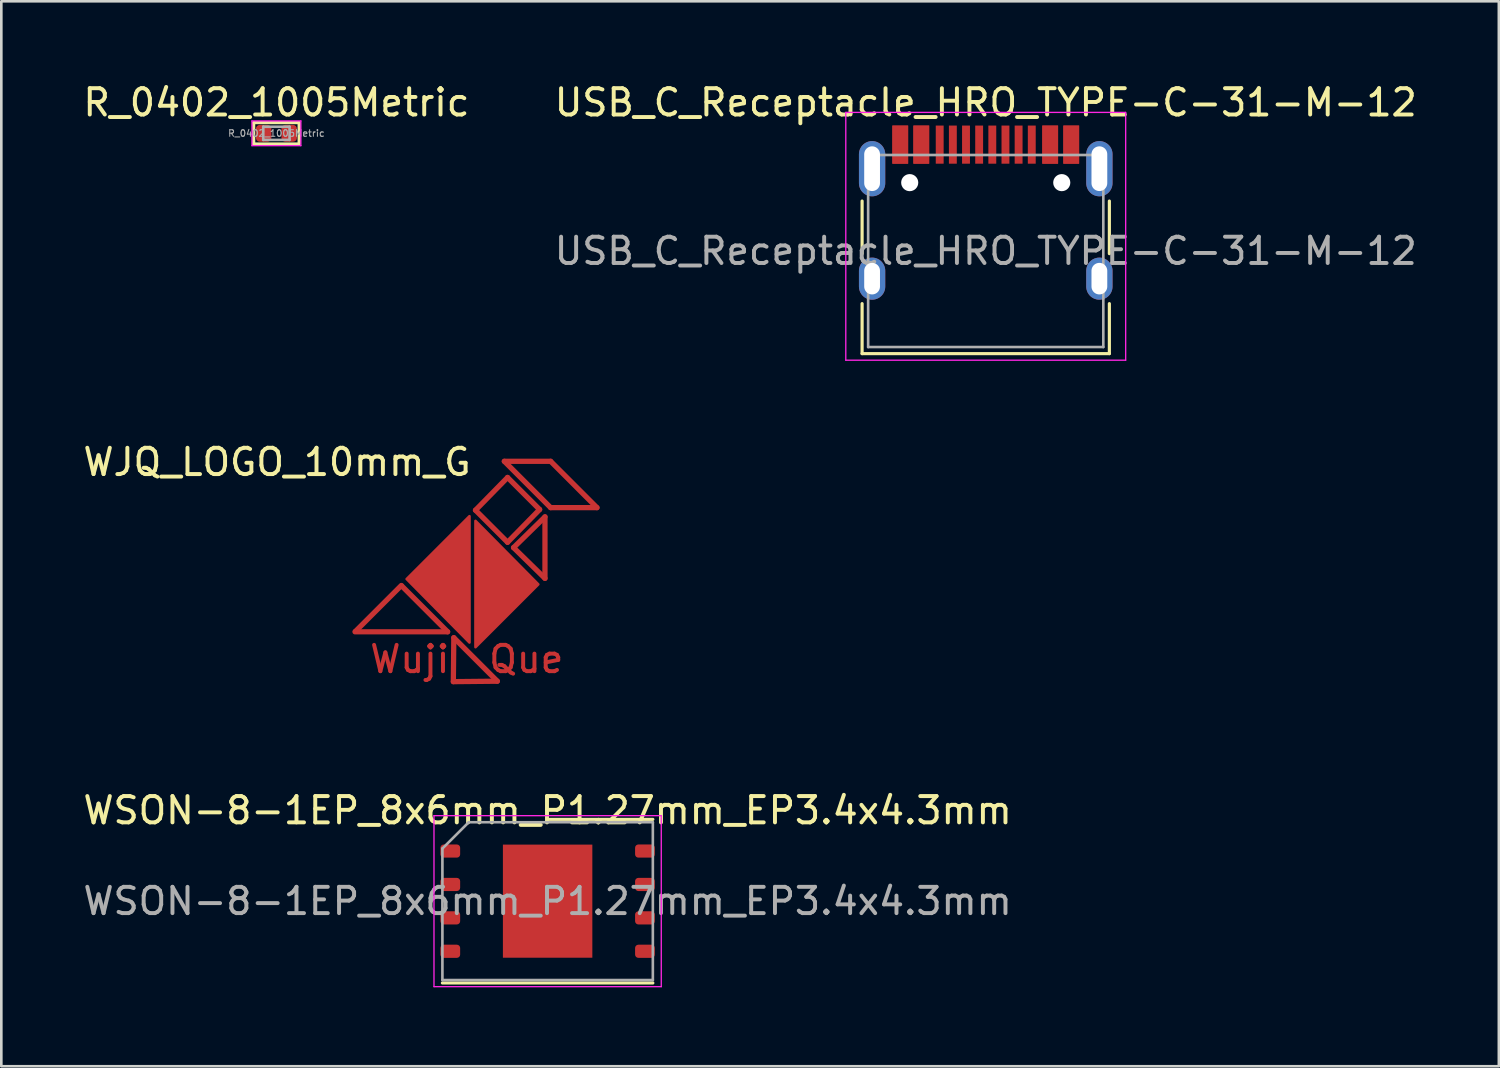
<source format=kicad_pcb>
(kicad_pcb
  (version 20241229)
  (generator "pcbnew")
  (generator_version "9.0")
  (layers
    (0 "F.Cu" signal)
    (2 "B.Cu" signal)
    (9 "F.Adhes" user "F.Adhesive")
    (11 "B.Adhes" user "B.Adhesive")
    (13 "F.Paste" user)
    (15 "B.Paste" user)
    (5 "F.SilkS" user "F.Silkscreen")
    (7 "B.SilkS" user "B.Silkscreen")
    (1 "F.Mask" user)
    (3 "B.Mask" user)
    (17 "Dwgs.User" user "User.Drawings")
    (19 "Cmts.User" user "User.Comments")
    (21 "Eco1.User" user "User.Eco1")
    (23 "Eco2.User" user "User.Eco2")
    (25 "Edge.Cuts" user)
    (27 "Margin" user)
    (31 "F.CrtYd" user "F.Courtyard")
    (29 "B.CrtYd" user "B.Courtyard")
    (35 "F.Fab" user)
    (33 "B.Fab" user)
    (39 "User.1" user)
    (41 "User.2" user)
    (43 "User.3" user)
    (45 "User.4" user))
  (footprint "USB_C_Receptacle_HRO_TYPE-C-31-M-12"
    (layer "F.Cu")
    (at 34.423 6.493)
    (property "Reference" "USB_C_Receptacle_HRO_TYPE-C-31-M-12" (at 0 -5.645 0) (layer "F.SilkS") (effects (font (size 1 1) (thickness 0.15))))
    (attr smd)
    (fp_line (start -4.7 -1.9) (end -4.7 0.1) (stroke (width 0.12) (type solid)) (layer "F.SilkS"))
    (fp_line (start -4.7 2) (end -4.7 3.9) (stroke (width 0.12) (type solid)) (layer "F.SilkS"))
    (fp_line (start -4.7 3.9) (end 4.7 3.9) (stroke (width 0.12) (type solid)) (layer "F.SilkS"))
    (fp_line (start 4.7 -1.9) (end 4.7 0.1) (stroke (width 0.12) (type solid)) (layer "F.SilkS"))
    (fp_line (start 4.7 2) (end 4.7 3.9) (stroke (width 0.12) (type solid)) (layer "F.SilkS"))
    (fp_line (start -5.32 -5.27) (end -5.32 4.15) (stroke (width 0.05) (type solid)) (layer "F.CrtYd"))
    (fp_line (start -5.32 -5.27) (end 5.32 -5.27) (stroke (width 0.05) (type solid)) (layer "F.CrtYd"))
    (fp_line (start -5.32 4.15) (end 5.32 4.15) (stroke (width 0.05) (type solid)) (layer "F.CrtYd"))
    (fp_line (start 5.32 -5.27) (end 5.32 4.15) (stroke (width 0.05) (type solid)) (layer "F.CrtYd"))
    (fp_line (start -4.47 -3.65) (end -4.47 3.65) (stroke (width 0.1) (type solid)) (layer "F.Fab"))
    (fp_line (start -4.47 -3.65) (end 4.47 -3.65) (stroke (width 0.1) (type solid)) (layer "F.Fab"))
    (fp_line (start -4.47 3.65) (end 4.47 3.65) (stroke (width 0.1) (type solid)) (layer "F.Fab"))
    (fp_line (start 4.47 -3.65) (end 4.47 3.65) (stroke (width 0.1) (type solid)) (layer "F.Fab"))
    (fp_text user "${REFERENCE}" (at 0 0 0) (layer "F.Fab") (effects (font (size 1 1) (thickness 0.15))))
    (pad "" np_thru_hole circle (at -2.89 -2.6) (size 0.65 0.65) (drill 0.65) (layers "*.Cu" "*.Mask"))
    (pad "" np_thru_hole circle (at 2.89 -2.6) (size 0.65 0.65) (drill 0.65) (layers "*.Cu" "*.Mask"))
    (pad "A1" smd rect (at -3.25 -4.045) (size 0.6 1.45) (layers "F.Cu" "F.Mask" "F.Paste"))
    (pad "A4" smd rect (at -2.45 -4.045) (size 0.6 1.45) (layers "F.Cu" "F.Mask" "F.Paste"))
    (pad "A5" smd rect (at -1.25 -4.045) (size 0.3 1.45) (layers "F.Cu" "F.Mask" "F.Paste"))
    (pad "A6" smd rect (at -0.25 -4.045) (size 0.3 1.45) (layers "F.Cu" "F.Mask" "F.Paste"))
    (pad "A7" smd rect (at 0.25 -4.045) (size 0.3 1.45) (layers "F.Cu" "F.Mask" "F.Paste"))
    (pad "A8" smd rect (at -1.75 -4.045) (size 0.3 1.45) (layers "F.Cu" "F.Mask" "F.Paste"))
    (pad "A9" smd rect (at 2.45 -4.045) (size 0.6 1.45) (layers "F.Cu" "F.Mask" "F.Paste"))
    (pad "A12" smd rect (at 3.25 -4.045) (size 0.6 1.45) (layers "F.Cu" "F.Mask" "F.Paste"))
    (pad "B1" smd rect (at 3.25 -4.045) (size 0.6 1.45) (layers "F.Cu" "F.Mask" "F.Paste"))
    (pad "B4" smd rect (at 2.45 -4.045) (size 0.6 1.45) (layers "F.Cu" "F.Mask" "F.Paste"))
    (pad "B5" smd rect (at 1.75 -4.045) (size 0.3 1.45) (layers "F.Cu" "F.Mask" "F.Paste"))
    (pad "B6" smd rect (at 0.75 -4.045) (size 0.3 1.45) (layers "F.Cu" "F.Mask" "F.Paste"))
    (pad "B7" smd rect (at -0.75 -4.045) (size 0.3 1.45) (layers "F.Cu" "F.Mask" "F.Paste"))
    (pad "B8" smd rect (at 1.25 -4.045) (size 0.3 1.45) (layers "F.Cu" "F.Mask" "F.Paste"))
    (pad "B9" smd rect (at -2.45 -4.045) (size 0.6 1.45) (layers "F.Cu" "F.Mask" "F.Paste"))
    (pad "B12" smd rect (at -3.25 -4.045) (size 0.6 1.45) (layers "F.Cu" "F.Mask" "F.Paste"))
    (pad "S1" thru_hole oval (at -4.32 -3.13) (size 1 2.1) (drill oval 0.6 1.7) (layers "*.Cu" "*.Mask"))
    (pad "S1" thru_hole oval (at -4.32 1.05) (size 1 1.6) (drill oval 0.6 1.2) (layers "*.Cu" "*.Mask"))
    (pad "S1" thru_hole oval (at 4.32 -3.13) (size 1 2.1) (drill oval 0.6 1.7) (layers "*.Cu" "*.Mask"))
    (pad "S1" thru_hole oval (at 4.32 1.05) (size 1 1.6) (drill oval 0.6 1.2) (layers "*.Cu" "*.Mask")))
  (footprint "WSON-8-1EP_8x6mm_P1.27mm_EP3.4x4.3mm"
    (layer "F.Cu")
    (at 17.768 31.208)
    (property "Reference" "WSON-8-1EP_8x6mm_P1.27mm_EP3.4x4.3mm" (at 0 -3.45 0) (layer "F.SilkS") (effects (font (size 1 1) (thickness 0.15))))
    (attr smd)
    (fp_line (start -4 3.11) (end 4 3.11) (stroke (width 0.12) (type solid)) (layer "F.SilkS"))
    (fp_line (start 0 -3.11) (end 4 -3.11) (stroke (width 0.12) (type solid)) (layer "F.SilkS"))
    (fp_line (start -4.32 -3.25) (end -4.32 3.25) (stroke (width 0.05) (type solid)) (layer "F.CrtYd"))
    (fp_line (start -4.32 3.25) (end 4.32 3.25) (stroke (width 0.05) (type solid)) (layer "F.CrtYd"))
    (fp_line (start 4.32 -3.25) (end -4.32 -3.25) (stroke (width 0.05) (type solid)) (layer "F.CrtYd"))
    (fp_line (start 4.32 3.25) (end 4.32 -3.25) (stroke (width 0.05) (type solid)) (layer "F.CrtYd"))
    (fp_line (start -4 -2) (end -3 -3) (stroke (width 0.1) (type solid)) (layer "F.Fab"))
    (fp_line (start -4 3) (end -4 -2) (stroke (width 0.1) (type solid)) (layer "F.Fab"))
    (fp_line (start -3 -3) (end 4 -3) (stroke (width 0.1) (type solid)) (layer "F.Fab"))
    (fp_line (start 4 -3) (end 4 3) (stroke (width 0.1) (type solid)) (layer "F.Fab"))
    (fp_line (start 4 3) (end -4 3) (stroke (width 0.1) (type solid)) (layer "F.Fab"))
    (fp_text user "${REFERENCE}" (at 0 0 0) (layer "F.Fab") (effects (font (size 1 1) (thickness 0.15))))
    (pad "" smd roundrect (at -0.85 -1.075) (size 1.37 1.73) (layers "F.Paste") (roundrect_rratio 0.182))
    (pad "" smd roundrect (at -0.85 1.075) (size 1.37 1.73) (layers "F.Paste") (roundrect_rratio 0.182))
    (pad "" smd roundrect (at 0.85 -1.075) (size 1.37 1.73) (layers "F.Paste") (roundrect_rratio 0.182))
    (pad "" smd roundrect (at 0.85 1.075) (size 1.37 1.73) (layers "F.Paste") (roundrect_rratio 0.182))
    (pad "1" smd roundrect (at -3.7 -1.905) (size 0.75 0.5) (layers "F.Cu" "F.Mask" "F.Paste") (roundrect_rratio 0.25))
    (pad "2" smd roundrect (at -3.7 -0.635) (size 0.75 0.5) (layers "F.Cu" "F.Mask" "F.Paste") (roundrect_rratio 0.25))
    (pad "3" smd roundrect (at -3.7 0.635) (size 0.75 0.5) (layers "F.Cu" "F.Mask" "F.Paste") (roundrect_rratio 0.25))
    (pad "4" smd roundrect (at -3.7 1.905) (size 0.75 0.5) (layers "F.Cu" "F.Mask" "F.Paste") (roundrect_rratio 0.25))
    (pad "5" smd roundrect (at 3.7 1.905) (size 0.75 0.5) (layers "F.Cu" "F.Mask" "F.Paste") (roundrect_rratio 0.25))
    (pad "6" smd roundrect (at 3.7 0.635) (size 0.75 0.5) (layers "F.Cu" "F.Mask" "F.Paste") (roundrect_rratio 0.25))
    (pad "7" smd roundrect (at 3.7 -0.635) (size 0.75 0.5) (layers "F.Cu" "F.Mask" "F.Paste") (roundrect_rratio 0.25))
    (pad "8" smd roundrect (at 3.7 -1.905) (size 0.75 0.5) (layers "F.Cu" "F.Mask" "F.Paste") (roundrect_rratio 0.25))
    (pad "9" smd rect (at 0 0) (size 3.4 4.3) (layers "F.Cu" "F.Mask")))
  (footprint "R_0402_1005Metric"
    (layer "F.Cu")
    (at 7.458 2.018)
    (property "Reference" "R_0402_1005Metric" (at 0 -1.17 0) (layer "F.SilkS") (effects (font (size 1 1) (thickness 0.15))))
    (attr smd)
    (fp_line (start -0.864 -0.406) (end -0.864 0.406) (stroke (width 0.12) (type solid)) (layer "F.SilkS"))
    (fp_line (start -0.864 0.406) (end 0.838 0.406) (stroke (width 0.12) (type solid)) (layer "F.SilkS"))
    (fp_line (start 0.838 -0.406) (end -0.864 -0.406) (stroke (width 0.12) (type solid)) (layer "F.SilkS"))
    (fp_line (start 0.864 0.406) (end 0.864 -0.406) (stroke (width 0.12) (type solid)) (layer "F.SilkS"))
    (fp_line (start -0.93 -0.47) (end 0.93 -0.47) (stroke (width 0.05) (type solid)) (layer "F.CrtYd"))
    (fp_line (start -0.93 0.47) (end -0.93 -0.47) (stroke (width 0.05) (type solid)) (layer "F.CrtYd"))
    (fp_line (start 0.93 -0.47) (end 0.93 0.47) (stroke (width 0.05) (type solid)) (layer "F.CrtYd"))
    (fp_line (start 0.93 0.47) (end -0.93 0.47) (stroke (width 0.05) (type solid)) (layer "F.CrtYd"))
    (fp_line (start -0.5 -0.25) (end 0.5 -0.25) (stroke (width 0.1) (type solid)) (layer "F.Fab"))
    (fp_line (start -0.5 0.25) (end -0.5 -0.25) (stroke (width 0.1) (type solid)) (layer "F.Fab"))
    (fp_line (start 0.5 -0.25) (end 0.5 0.25) (stroke (width 0.1) (type solid)) (layer "F.Fab"))
    (fp_line (start 0.5 0.25) (end -0.5 0.25) (stroke (width 0.1) (type solid)) (layer "F.Fab"))
    (fp_text user "${REFERENCE}" (at 0 0 0) (layer "F.Fab") (effects (font (size 0.25 0.25) (thickness 0.04))))
    (pad "1" smd roundrect (at -0.485 0) (size 0.59 0.64) (layers "F.Cu" "F.Mask" "F.Paste") (roundrect_rratio 0.25))
    (pad "2" smd roundrect (at 0.485 0) (size 0.59 0.64) (layers "F.Cu" "F.Mask" "F.Paste") (roundrect_rratio 0.25)))
  (footprint "WJQ_LOGO_10mm_G"
    (layer "F.Cu")
    (at 14.891 18.86)
    (property "Reference" "WJQ_LOGO_10mm_G" (at -7.409 -4.343 0) (layer "F.SilkS") (effects (font (size 1 1) (thickness 0.15))))
    (attr through_hole)
    (fp_line (start -4.445 2.108) (end -0.925 2.108) (stroke (width 0.2) (type solid)) (layer "F.Cu"))
    (fp_line (start -2.685 0.348) (end -4.427 2.09) (stroke (width 0.2) (type solid)) (layer "F.Cu"))
    (fp_line (start -0.925 2.108) (end -2.667 0.366) (stroke (width 0.2) (type solid)) (layer "F.Cu"))
    (fp_line (start -0.707 4.003) (end 0.964 3.986) (stroke (width 0.2) (type solid)) (layer "F.Cu"))
    (fp_line (start -0.689 2.333) (end -0.707 4.003) (stroke (width 0.2) (type solid)) (layer "F.Cu"))
    (fp_line (start 0.135 -2.515) (end 1.354 -3.759) (stroke (width 0.2) (type solid)) (layer "F.Cu"))
    (fp_line (start 0.964 3.986) (end -0.689 2.333) (stroke (width 0.2) (type solid)) (layer "F.Cu"))
    (fp_line (start 1.232 -4.373) (end 2.992 -2.612) (stroke (width 0.2) (type solid)) (layer "F.Cu"))
    (fp_line (start 1.354 -3.759) (end 2.573 -2.54) (stroke (width 0.2) (type solid)) (layer "F.Cu"))
    (fp_line (start 1.354 -1.295) (end 0.135 -2.515) (stroke (width 0.2) (type solid)) (layer "F.Cu"))
    (fp_line (start 1.582 -1.092) (end 2.776 0.076) (stroke (width 0.2) (type solid)) (layer "F.Cu"))
    (fp_line (start 2.573 -2.54) (end 1.354 -1.295) (stroke (width 0.2) (type solid)) (layer "F.Cu"))
    (fp_line (start 2.776 -2.261) (end 1.582 -1.092) (stroke (width 0.2) (type solid)) (layer "F.Cu"))
    (fp_line (start 2.776 0.076) (end 2.776 -2.261) (stroke (width 0.2) (type solid)) (layer "F.Cu"))
    (fp_line (start 2.992 -4.373) (end 1.232 -4.373) (stroke (width 0.2) (type solid)) (layer "F.Cu"))
    (fp_line (start 2.992 -2.612) (end 4.752 -2.612) (stroke (width 0.2) (type solid)) (layer "F.Cu"))
    (fp_line (start 4.752 -2.612) (end 2.992 -4.373) (stroke (width 0.2) (type solid)) (layer "F.Cu"))
    (fp_poly (pts (xy -2.482 0.102) (xy -0.094 -2.286) (xy -0.094 2.515)) (stroke (width 0.1) (type solid)) (fill yes) (layer "F.Cu"))
    (fp_poly (pts (xy 2.522 0.305) (xy 0.135 2.692) (xy 0.135 -2.108)) (stroke (width 0.1) (type solid)) (fill yes) (layer "F.Cu"))
    (fp_poly (pts (xy 5 5) (xy -5 5) (xy -5 -5) (xy 5 -5)) (stroke (width 0.1) (type solid)) (fill yes) (layer "F.Mask"))
    (fp_text user "Wuji  Que" (at -0.196 3.15 0) (layer "F.Cu") (effects (font (size 1 1) (thickness 0.15)))))
  (gr_rect
    (start -3 -3)
    (end 53.929 37.483)
    (stroke (width 0.1) (type default))
    (fill no)
    (layer "Edge.Cuts")))
</source>
